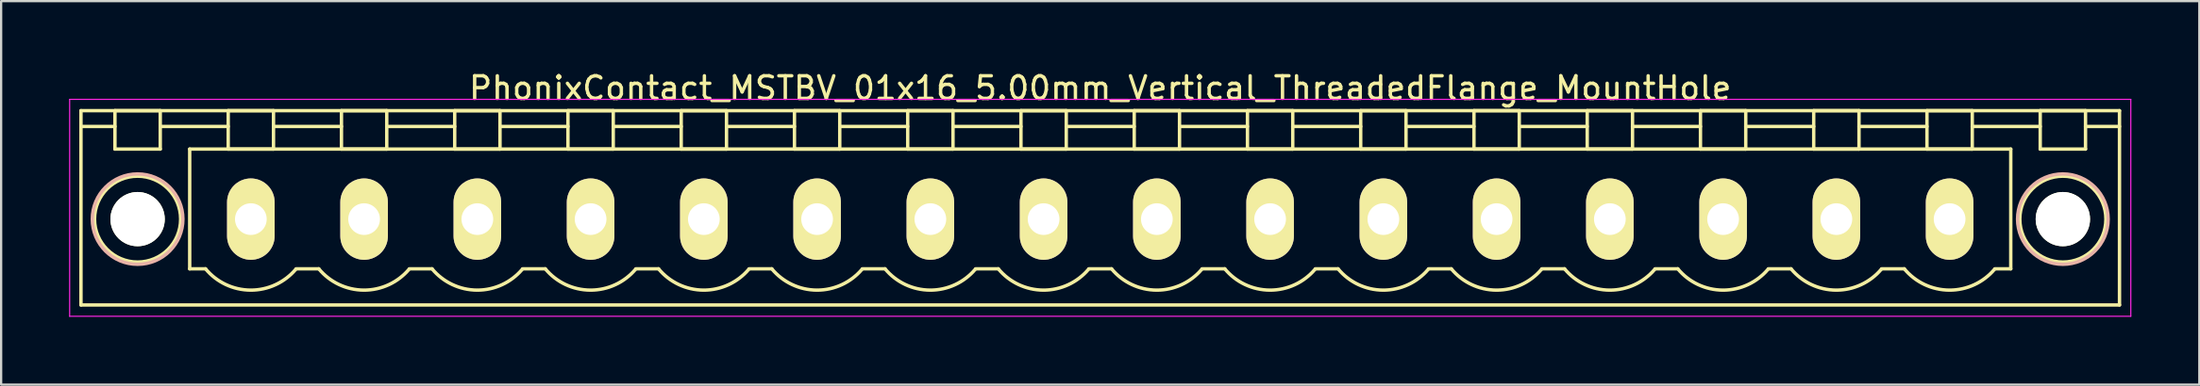
<source format=kicad_pcb>
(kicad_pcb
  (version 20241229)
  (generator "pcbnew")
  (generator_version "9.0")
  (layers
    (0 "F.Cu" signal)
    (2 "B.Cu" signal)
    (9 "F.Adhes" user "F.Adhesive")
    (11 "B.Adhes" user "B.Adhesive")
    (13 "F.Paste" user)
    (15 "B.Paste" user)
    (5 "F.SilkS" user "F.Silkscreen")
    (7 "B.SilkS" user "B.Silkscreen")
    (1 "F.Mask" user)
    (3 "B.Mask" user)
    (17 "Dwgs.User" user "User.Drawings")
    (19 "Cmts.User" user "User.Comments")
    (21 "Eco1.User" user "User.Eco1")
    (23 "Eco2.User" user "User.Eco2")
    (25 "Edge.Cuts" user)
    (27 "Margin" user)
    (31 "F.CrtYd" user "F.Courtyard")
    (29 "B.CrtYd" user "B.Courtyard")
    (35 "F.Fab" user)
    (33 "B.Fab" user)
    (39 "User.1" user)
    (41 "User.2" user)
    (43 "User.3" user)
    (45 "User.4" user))
  (footprint "PhonixContact_MSTBV_01x16_5.00mm_Vertical_ThreadedFlange_MountHole"
    (layer "F.Cu")
    (at 8.025 6.648)
    (property "Reference" "PhonixContact_MSTBV_01x16_5.00mm_Vertical_ThreadedFlange_MountHole" (at 37.5 -5.8 0) (layer "F.SilkS") (effects (font (size 1 1) (thickness 0.15))))
    (attr through_hole)
    (fp_line (start -7.5 -4.8) (end -7.5 3.8) (stroke (width 0.15) (type solid)) (layer "F.SilkS"))
    (fp_line (start -7.5 -4.1) (end -6 -4.1) (stroke (width 0.15) (type solid)) (layer "F.SilkS"))
    (fp_line (start -7.5 3.8) (end 82.5 3.8) (stroke (width 0.15) (type solid)) (layer "F.SilkS"))
    (fp_line (start -6 -4.8) (end -4 -4.8) (stroke (width 0.15) (type solid)) (layer "F.SilkS"))
    (fp_line (start -6 -3.1) (end -6 -4.8) (stroke (width 0.15) (type solid)) (layer "F.SilkS"))
    (fp_line (start -4 -4.8) (end -4 -3.1) (stroke (width 0.15) (type solid)) (layer "F.SilkS"))
    (fp_line (start -4 -4.1) (end -1 -4.1) (stroke (width 0.15) (type solid)) (layer "F.SilkS"))
    (fp_line (start -4 -3.1) (end -6 -3.1) (stroke (width 0.15) (type solid)) (layer "F.SilkS"))
    (fp_line (start -2.7 -3.1) (end 77.7 -3.1) (stroke (width 0.15) (type solid)) (layer "F.SilkS"))
    (fp_line (start -2.7 2.2) (end -2.7 -3.1) (stroke (width 0.15) (type solid)) (layer "F.SilkS"))
    (fp_line (start -2 2.2) (end -2.7 2.2) (stroke (width 0.15) (type solid)) (layer "F.SilkS"))
    (fp_line (start -1 -4.8) (end 1 -4.8) (stroke (width 0.15) (type solid)) (layer "F.SilkS"))
    (fp_line (start -1 -3.1) (end -1 -4.8) (stroke (width 0.15) (type solid)) (layer "F.SilkS"))
    (fp_line (start 1 -4.8) (end 1 -3.1) (stroke (width 0.15) (type solid)) (layer "F.SilkS"))
    (fp_line (start 1 -4.1) (end 4 -4.1) (stroke (width 0.15) (type solid)) (layer "F.SilkS"))
    (fp_line (start 1 -3.1) (end -1 -3.1) (stroke (width 0.15) (type solid)) (layer "F.SilkS"))
    (fp_line (start 2 2.2) (end 3 2.2) (stroke (width 0.15) (type solid)) (layer "F.SilkS"))
    (fp_line (start 4 -4.8) (end 6 -4.8) (stroke (width 0.15) (type solid)) (layer "F.SilkS"))
    (fp_line (start 4 -3.1) (end 4 -4.8) (stroke (width 0.15) (type solid)) (layer "F.SilkS"))
    (fp_line (start 6 -4.8) (end 6 -3.1) (stroke (width 0.15) (type solid)) (layer "F.SilkS"))
    (fp_line (start 6 -4.1) (end 9 -4.1) (stroke (width 0.15) (type solid)) (layer "F.SilkS"))
    (fp_line (start 6 -3.1) (end 4 -3.1) (stroke (width 0.15) (type solid)) (layer "F.SilkS"))
    (fp_line (start 7 2.2) (end 8 2.2) (stroke (width 0.15) (type solid)) (layer "F.SilkS"))
    (fp_line (start 9 -4.8) (end 11 -4.8) (stroke (width 0.15) (type solid)) (layer "F.SilkS"))
    (fp_line (start 9 -3.1) (end 9 -4.8) (stroke (width 0.15) (type solid)) (layer "F.SilkS"))
    (fp_line (start 11 -4.8) (end 11 -3.1) (stroke (width 0.15) (type solid)) (layer "F.SilkS"))
    (fp_line (start 11 -4.1) (end 14 -4.1) (stroke (width 0.15) (type solid)) (layer "F.SilkS"))
    (fp_line (start 11 -3.1) (end 9 -3.1) (stroke (width 0.15) (type solid)) (layer "F.SilkS"))
    (fp_line (start 12 2.2) (end 13 2.2) (stroke (width 0.15) (type solid)) (layer "F.SilkS"))
    (fp_line (start 14 -4.8) (end 16 -4.8) (stroke (width 0.15) (type solid)) (layer "F.SilkS"))
    (fp_line (start 14 -3.1) (end 14 -4.8) (stroke (width 0.15) (type solid)) (layer "F.SilkS"))
    (fp_line (start 16 -4.8) (end 16 -3.1) (stroke (width 0.15) (type solid)) (layer "F.SilkS"))
    (fp_line (start 16 -4.1) (end 19 -4.1) (stroke (width 0.15) (type solid)) (layer "F.SilkS"))
    (fp_line (start 16 -3.1) (end 14 -3.1) (stroke (width 0.15) (type solid)) (layer "F.SilkS"))
    (fp_line (start 17 2.2) (end 18 2.2) (stroke (width 0.15) (type solid)) (layer "F.SilkS"))
    (fp_line (start 19 -4.8) (end 21 -4.8) (stroke (width 0.15) (type solid)) (layer "F.SilkS"))
    (fp_line (start 19 -3.1) (end 19 -4.8) (stroke (width 0.15) (type solid)) (layer "F.SilkS"))
    (fp_line (start 21 -4.8) (end 21 -3.1) (stroke (width 0.15) (type solid)) (layer "F.SilkS"))
    (fp_line (start 21 -4.1) (end 24 -4.1) (stroke (width 0.15) (type solid)) (layer "F.SilkS"))
    (fp_line (start 21 -3.1) (end 19 -3.1) (stroke (width 0.15) (type solid)) (layer "F.SilkS"))
    (fp_line (start 22 2.2) (end 23 2.2) (stroke (width 0.15) (type solid)) (layer "F.SilkS"))
    (fp_line (start 24 -4.8) (end 26 -4.8) (stroke (width 0.15) (type solid)) (layer "F.SilkS"))
    (fp_line (start 24 -3.1) (end 24 -4.8) (stroke (width 0.15) (type solid)) (layer "F.SilkS"))
    (fp_line (start 26 -4.8) (end 26 -3.1) (stroke (width 0.15) (type solid)) (layer "F.SilkS"))
    (fp_line (start 26 -4.1) (end 29 -4.1) (stroke (width 0.15) (type solid)) (layer "F.SilkS"))
    (fp_line (start 26 -3.1) (end 24 -3.1) (stroke (width 0.15) (type solid)) (layer "F.SilkS"))
    (fp_line (start 27 2.2) (end 28 2.2) (stroke (width 0.15) (type solid)) (layer "F.SilkS"))
    (fp_line (start 29 -4.8) (end 31 -4.8) (stroke (width 0.15) (type solid)) (layer "F.SilkS"))
    (fp_line (start 29 -3.1) (end 29 -4.8) (stroke (width 0.15) (type solid)) (layer "F.SilkS"))
    (fp_line (start 31 -4.8) (end 31 -3.1) (stroke (width 0.15) (type solid)) (layer "F.SilkS"))
    (fp_line (start 31 -4.1) (end 34 -4.1) (stroke (width 0.15) (type solid)) (layer "F.SilkS"))
    (fp_line (start 31 -3.1) (end 29 -3.1) (stroke (width 0.15) (type solid)) (layer "F.SilkS"))
    (fp_line (start 32 2.2) (end 33 2.2) (stroke (width 0.15) (type solid)) (layer "F.SilkS"))
    (fp_line (start 34 -4.8) (end 36 -4.8) (stroke (width 0.15) (type solid)) (layer "F.SilkS"))
    (fp_line (start 34 -3.1) (end 34 -4.8) (stroke (width 0.15) (type solid)) (layer "F.SilkS"))
    (fp_line (start 36 -4.8) (end 36 -3.1) (stroke (width 0.15) (type solid)) (layer "F.SilkS"))
    (fp_line (start 36 -4.1) (end 39 -4.1) (stroke (width 0.15) (type solid)) (layer "F.SilkS"))
    (fp_line (start 36 -3.1) (end 34 -3.1) (stroke (width 0.15) (type solid)) (layer "F.SilkS"))
    (fp_line (start 37 2.2) (end 38 2.2) (stroke (width 0.15) (type solid)) (layer "F.SilkS"))
    (fp_line (start 39 -4.8) (end 41 -4.8) (stroke (width 0.15) (type solid)) (layer "F.SilkS"))
    (fp_line (start 39 -3.1) (end 39 -4.8) (stroke (width 0.15) (type solid)) (layer "F.SilkS"))
    (fp_line (start 41 -4.8) (end 41 -3.1) (stroke (width 0.15) (type solid)) (layer "F.SilkS"))
    (fp_line (start 41 -4.1) (end 44 -4.1) (stroke (width 0.15) (type solid)) (layer "F.SilkS"))
    (fp_line (start 41 -3.1) (end 39 -3.1) (stroke (width 0.15) (type solid)) (layer "F.SilkS"))
    (fp_line (start 42 2.2) (end 43 2.2) (stroke (width 0.15) (type solid)) (layer "F.SilkS"))
    (fp_line (start 44 -4.8) (end 46 -4.8) (stroke (width 0.15) (type solid)) (layer "F.SilkS"))
    (fp_line (start 44 -3.1) (end 44 -4.8) (stroke (width 0.15) (type solid)) (layer "F.SilkS"))
    (fp_line (start 46 -4.8) (end 46 -3.1) (stroke (width 0.15) (type solid)) (layer "F.SilkS"))
    (fp_line (start 46 -4.1) (end 49 -4.1) (stroke (width 0.15) (type solid)) (layer "F.SilkS"))
    (fp_line (start 46 -3.1) (end 44 -3.1) (stroke (width 0.15) (type solid)) (layer "F.SilkS"))
    (fp_line (start 47 2.2) (end 48 2.2) (stroke (width 0.15) (type solid)) (layer "F.SilkS"))
    (fp_line (start 49 -4.8) (end 51 -4.8) (stroke (width 0.15) (type solid)) (layer "F.SilkS"))
    (fp_line (start 49 -3.1) (end 49 -4.8) (stroke (width 0.15) (type solid)) (layer "F.SilkS"))
    (fp_line (start 51 -4.8) (end 51 -3.1) (stroke (width 0.15) (type solid)) (layer "F.SilkS"))
    (fp_line (start 51 -4.1) (end 54 -4.1) (stroke (width 0.15) (type solid)) (layer "F.SilkS"))
    (fp_line (start 51 -3.1) (end 49 -3.1) (stroke (width 0.15) (type solid)) (layer "F.SilkS"))
    (fp_line (start 52 2.2) (end 53 2.2) (stroke (width 0.15) (type solid)) (layer "F.SilkS"))
    (fp_line (start 54 -4.8) (end 56 -4.8) (stroke (width 0.15) (type solid)) (layer "F.SilkS"))
    (fp_line (start 54 -3.1) (end 54 -4.8) (stroke (width 0.15) (type solid)) (layer "F.SilkS"))
    (fp_line (start 56 -4.8) (end 56 -3.1) (stroke (width 0.15) (type solid)) (layer "F.SilkS"))
    (fp_line (start 56 -4.1) (end 59 -4.1) (stroke (width 0.15) (type solid)) (layer "F.SilkS"))
    (fp_line (start 56 -3.1) (end 54 -3.1) (stroke (width 0.15) (type solid)) (layer "F.SilkS"))
    (fp_line (start 57 2.2) (end 58 2.2) (stroke (width 0.15) (type solid)) (layer "F.SilkS"))
    (fp_line (start 59 -4.8) (end 61 -4.8) (stroke (width 0.15) (type solid)) (layer "F.SilkS"))
    (fp_line (start 59 -3.1) (end 59 -4.8) (stroke (width 0.15) (type solid)) (layer "F.SilkS"))
    (fp_line (start 61 -4.8) (end 61 -3.1) (stroke (width 0.15) (type solid)) (layer "F.SilkS"))
    (fp_line (start 61 -4.1) (end 64 -4.1) (stroke (width 0.15) (type solid)) (layer "F.SilkS"))
    (fp_line (start 61 -3.1) (end 59 -3.1) (stroke (width 0.15) (type solid)) (layer "F.SilkS"))
    (fp_line (start 62 2.2) (end 63 2.2) (stroke (width 0.15) (type solid)) (layer "F.SilkS"))
    (fp_line (start 64 -4.8) (end 66 -4.8) (stroke (width 0.15) (type solid)) (layer "F.SilkS"))
    (fp_line (start 64 -3.1) (end 64 -4.8) (stroke (width 0.15) (type solid)) (layer "F.SilkS"))
    (fp_line (start 66 -4.8) (end 66 -3.1) (stroke (width 0.15) (type solid)) (layer "F.SilkS"))
    (fp_line (start 66 -4.1) (end 69 -4.1) (stroke (width 0.15) (type solid)) (layer "F.SilkS"))
    (fp_line (start 66 -3.1) (end 64 -3.1) (stroke (width 0.15) (type solid)) (layer "F.SilkS"))
    (fp_line (start 67 2.2) (end 68 2.2) (stroke (width 0.15) (type solid)) (layer "F.SilkS"))
    (fp_line (start 69 -4.8) (end 71 -4.8) (stroke (width 0.15) (type solid)) (layer "F.SilkS"))
    (fp_line (start 69 -3.1) (end 69 -4.8) (stroke (width 0.15) (type solid)) (layer "F.SilkS"))
    (fp_line (start 71 -4.8) (end 71 -3.1) (stroke (width 0.15) (type solid)) (layer "F.SilkS"))
    (fp_line (start 71 -4.1) (end 74 -4.1) (stroke (width 0.15) (type solid)) (layer "F.SilkS"))
    (fp_line (start 71 -3.1) (end 69 -3.1) (stroke (width 0.15) (type solid)) (layer "F.SilkS"))
    (fp_line (start 72 2.2) (end 73 2.2) (stroke (width 0.15) (type solid)) (layer "F.SilkS"))
    (fp_line (start 74 -4.8) (end 76 -4.8) (stroke (width 0.15) (type solid)) (layer "F.SilkS"))
    (fp_line (start 74 -3.1) (end 74 -4.8) (stroke (width 0.15) (type solid)) (layer "F.SilkS"))
    (fp_line (start 76 -4.8) (end 76 -3.1) (stroke (width 0.15) (type solid)) (layer "F.SilkS"))
    (fp_line (start 76 -4.1) (end 79 -4.1) (stroke (width 0.15) (type solid)) (layer "F.SilkS"))
    (fp_line (start 76 -3.1) (end 74 -3.1) (stroke (width 0.15) (type solid)) (layer "F.SilkS"))
    (fp_line (start 77.7 -3.1) (end 77.7 2.2) (stroke (width 0.15) (type solid)) (layer "F.SilkS"))
    (fp_line (start 77.7 2.2) (end 77 2.2) (stroke (width 0.15) (type solid)) (layer "F.SilkS"))
    (fp_line (start 79 -4.8) (end 81 -4.8) (stroke (width 0.15) (type solid)) (layer "F.SilkS"))
    (fp_line (start 79 -3.1) (end 79 -4.8) (stroke (width 0.15) (type solid)) (layer "F.SilkS"))
    (fp_line (start 81 -4.8) (end 81 -3.1) (stroke (width 0.15) (type solid)) (layer "F.SilkS"))
    (fp_line (start 81 -3.1) (end 79 -3.1) (stroke (width 0.15) (type solid)) (layer "F.SilkS"))
    (fp_line (start 82.5 -4.8) (end -7.5 -4.8) (stroke (width 0.15) (type solid)) (layer "F.SilkS"))
    (fp_line (start 82.5 -4.1) (end 81 -4.1) (stroke (width 0.15) (type solid)) (layer "F.SilkS"))
    (fp_line (start 82.5 3.8) (end 82.5 -4.8) (stroke (width 0.15) (type solid)) (layer "F.SilkS"))
    (fp_arc (start 1.986842 2.215821) (mid -0.010289 3.142758) (end -2 2.2) (stroke (width 0.15) (type solid)) (layer "F.SilkS"))
    (fp_arc (start 6.986842 2.215821) (mid 4.989711 3.142758) (end 3 2.2) (stroke (width 0.15) (type solid)) (layer "F.SilkS"))
    (fp_arc (start 11.986842 2.215821) (mid 9.989711 3.142758) (end 8 2.2) (stroke (width 0.15) (type solid)) (layer "F.SilkS"))
    (fp_arc (start 16.986842 2.215821) (mid 14.989711 3.142758) (end 13 2.2) (stroke (width 0.15) (type solid)) (layer "F.SilkS"))
    (fp_arc (start 21.986842 2.215821) (mid 19.989711 3.142758) (end 18 2.2) (stroke (width 0.15) (type solid)) (layer "F.SilkS"))
    (fp_arc (start 26.986842 2.215821) (mid 24.989711 3.142758) (end 23 2.2) (stroke (width 0.15) (type solid)) (layer "F.SilkS"))
    (fp_arc (start 31.986842 2.215821) (mid 29.989711 3.142758) (end 28 2.2) (stroke (width 0.15) (type solid)) (layer "F.SilkS"))
    (fp_arc (start 36.986842 2.215821) (mid 34.989711 3.142758) (end 33 2.2) (stroke (width 0.15) (type solid)) (layer "F.SilkS"))
    (fp_arc (start 41.986842 2.215821) (mid 39.989711 3.142758) (end 38 2.2) (stroke (width 0.15) (type solid)) (layer "F.SilkS"))
    (fp_arc (start 46.986842 2.215821) (mid 44.989711 3.142758) (end 43 2.2) (stroke (width 0.15) (type solid)) (layer "F.SilkS"))
    (fp_arc (start 51.986842 2.215821) (mid 49.989711 3.142758) (end 48 2.2) (stroke (width 0.15) (type solid)) (layer "F.SilkS"))
    (fp_arc (start 56.986842 2.215821) (mid 54.989711 3.142758) (end 53 2.2) (stroke (width 0.15) (type solid)) (layer "F.SilkS"))
    (fp_arc (start 61.986842 2.215821) (mid 59.989711 3.142758) (end 58 2.2) (stroke (width 0.15) (type solid)) (layer "F.SilkS"))
    (fp_arc (start 66.986842 2.215821) (mid 64.989711 3.142758) (end 63 2.2) (stroke (width 0.15) (type solid)) (layer "F.SilkS"))
    (fp_arc (start 71.986842 2.215821) (mid 69.989711 3.142758) (end 68 2.2) (stroke (width 0.15) (type solid)) (layer "F.SilkS"))
    (fp_arc (start 76.986842 2.215821) (mid 74.989711 3.142758) (end 73 2.2) (stroke (width 0.15) (type solid)) (layer "F.SilkS"))
    (fp_circle (center -5 0) (end -4 0) (stroke (width 0.15) (type solid)) (fill no) (layer "F.SilkS"))
    (fp_circle (center -5 0) (end -3.1 0) (stroke (width 0.15) (type solid)) (fill no) (layer "F.SilkS"))
    (fp_circle (center 80 0) (end 81 0) (stroke (width 0.15) (type solid)) (fill no) (layer "F.SilkS"))
    (fp_circle (center 80 0) (end 81.9 0) (stroke (width 0.15) (type solid)) (fill no) (layer "F.SilkS"))
    (fp_circle (center -5 0) (end -3 0) (stroke (width 0.15) (type solid)) (fill no) (layer "B.SilkS"))
    (fp_circle (center 80 0) (end 82 0) (stroke (width 0.15) (type solid)) (fill no) (layer "B.SilkS"))
    (fp_line (start -8 -5.3) (end -8 4.3) (stroke (width 0.05) (type solid)) (layer "F.CrtYd"))
    (fp_line (start -8 4.3) (end 83 4.3) (stroke (width 0.05) (type solid)) (layer "F.CrtYd"))
    (fp_line (start 83 -5.3) (end -8 -5.3) (stroke (width 0.05) (type solid)) (layer "F.CrtYd"))
    (fp_line (start 83 4.3) (end 83 -5.3) (stroke (width 0.05) (type solid)) (layer "F.CrtYd"))
    (pad "" np_thru_hole circle (at -5 0) (size 2.4 2.4) (drill 2.4) (layers "*.Cu" "*.Mask" "F.SilkS"))
    (pad "" np_thru_hole circle (at 80 0) (size 2.4 2.4) (drill 2.4) (layers "*.Cu" "*.Mask" "F.SilkS"))
    (pad "1" thru_hole oval (at 0 0) (size 2.1 3.6) (drill 1.4) (layers "*.Cu" "*.Mask" "F.SilkS"))
    (pad "2" thru_hole oval (at 5 0) (size 2.1 3.6) (drill 1.4) (layers "*.Cu" "*.Mask" "F.SilkS"))
    (pad "3" thru_hole oval (at 10 0) (size 2.1 3.6) (drill 1.4) (layers "*.Cu" "*.Mask" "F.SilkS"))
    (pad "4" thru_hole oval (at 15 0) (size 2.1 3.6) (drill 1.4) (layers "*.Cu" "*.Mask" "F.SilkS"))
    (pad "5" thru_hole oval (at 20 0) (size 2.1 3.6) (drill 1.4) (layers "*.Cu" "*.Mask" "F.SilkS"))
    (pad "6" thru_hole oval (at 25 0) (size 2.1 3.6) (drill 1.4) (layers "*.Cu" "*.Mask" "F.SilkS"))
    (pad "7" thru_hole oval (at 30 0) (size 2.1 3.6) (drill 1.4) (layers "*.Cu" "*.Mask" "F.SilkS"))
    (pad "8" thru_hole oval (at 35 0) (size 2.1 3.6) (drill 1.4) (layers "*.Cu" "*.Mask" "F.SilkS"))
    (pad "9" thru_hole oval (at 40 0) (size 2.1 3.6) (drill 1.4) (layers "*.Cu" "*.Mask" "F.SilkS"))
    (pad "10" thru_hole oval (at 45 0) (size 2.1 3.6) (drill 1.4) (layers "*.Cu" "*.Mask" "F.SilkS"))
    (pad "11" thru_hole oval (at 50 0) (size 2.1 3.6) (drill 1.4) (layers "*.Cu" "*.Mask" "F.SilkS"))
    (pad "12" thru_hole oval (at 55 0) (size 2.1 3.6) (drill 1.4) (layers "*.Cu" "*.Mask" "F.SilkS"))
    (pad "13" thru_hole oval (at 60 0) (size 2.1 3.6) (drill 1.4) (layers "*.Cu" "*.Mask" "F.SilkS"))
    (pad "14" thru_hole oval (at 65 0) (size 2.1 3.6) (drill 1.4) (layers "*.Cu" "*.Mask" "F.SilkS"))
    (pad "15" thru_hole oval (at 70 0) (size 2.1 3.6) (drill 1.4) (layers "*.Cu" "*.Mask" "F.SilkS"))
    (pad "16" thru_hole oval (at 75 0) (size 2.1 3.6) (drill 1.4) (layers "*.Cu" "*.Mask" "F.SilkS")))
  (gr_rect
    (start -3 -3)
    (end 94.05 13.973)
    (stroke (width 0.1) (type default))
    (fill no)
    (layer "Edge.Cuts")))
</source>
